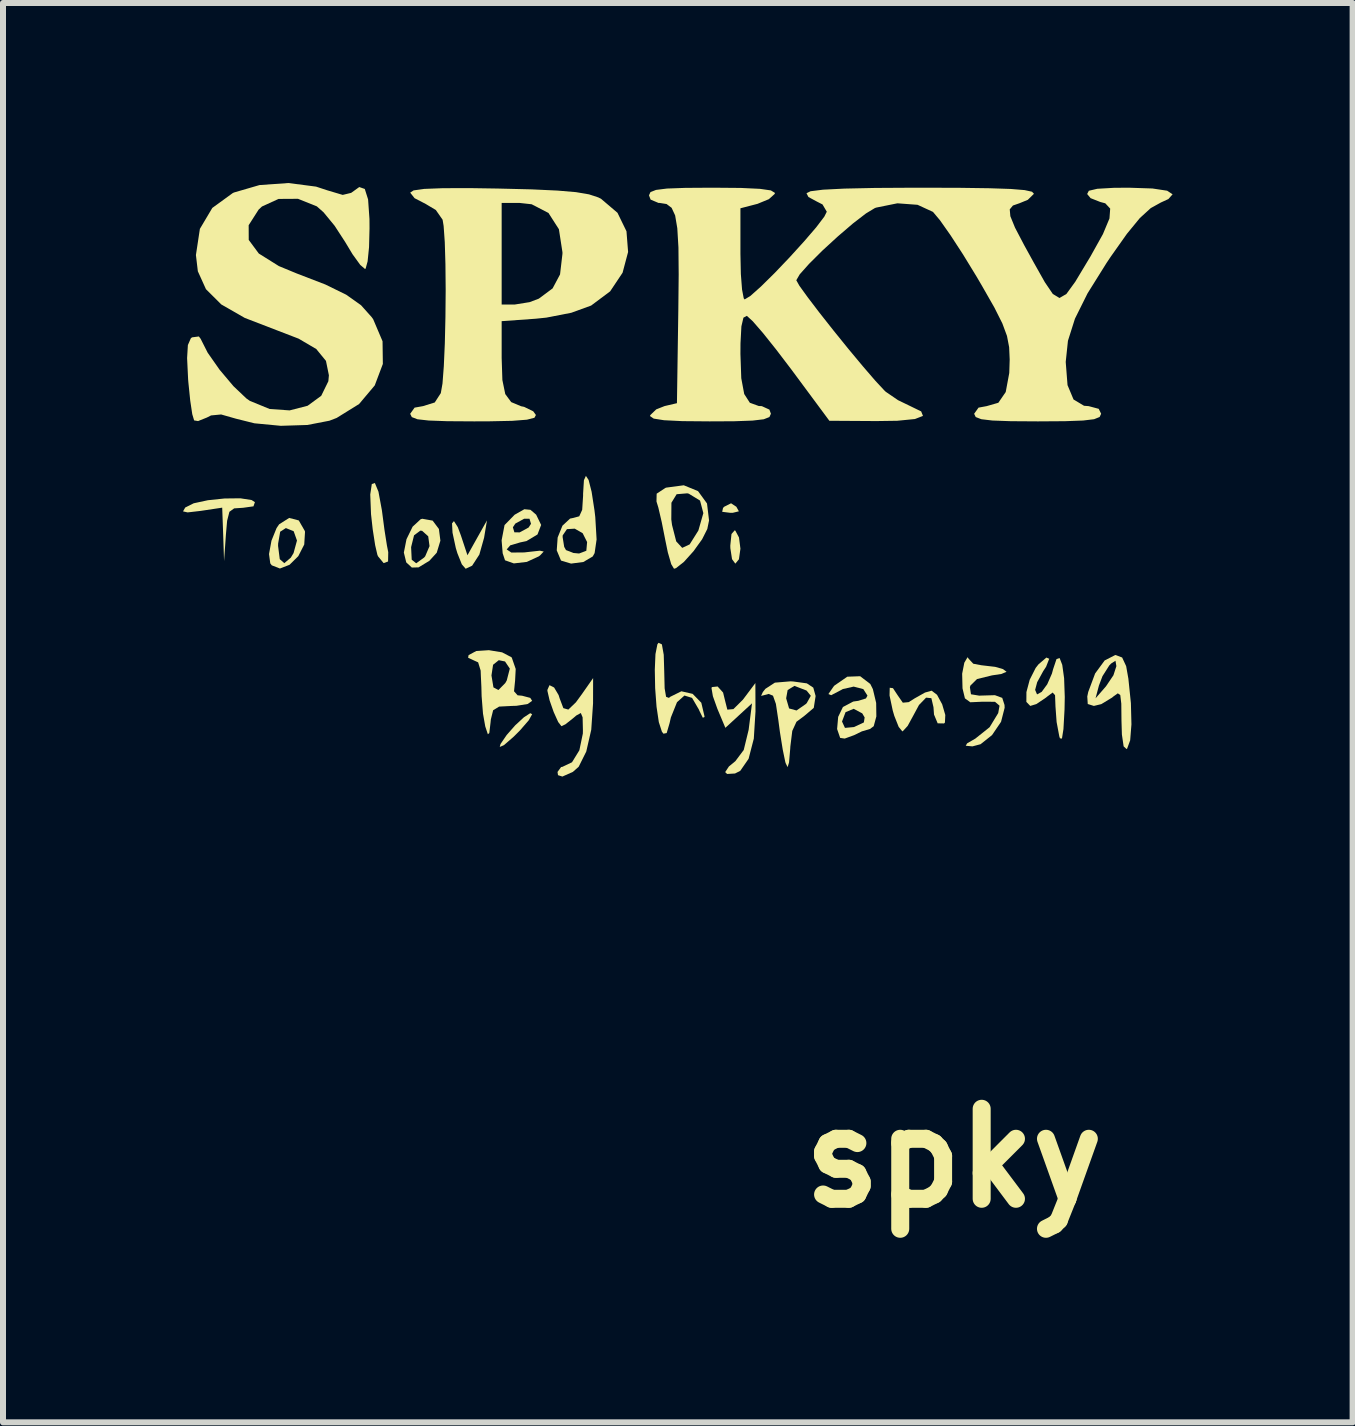
<source format=kicad_pcb>
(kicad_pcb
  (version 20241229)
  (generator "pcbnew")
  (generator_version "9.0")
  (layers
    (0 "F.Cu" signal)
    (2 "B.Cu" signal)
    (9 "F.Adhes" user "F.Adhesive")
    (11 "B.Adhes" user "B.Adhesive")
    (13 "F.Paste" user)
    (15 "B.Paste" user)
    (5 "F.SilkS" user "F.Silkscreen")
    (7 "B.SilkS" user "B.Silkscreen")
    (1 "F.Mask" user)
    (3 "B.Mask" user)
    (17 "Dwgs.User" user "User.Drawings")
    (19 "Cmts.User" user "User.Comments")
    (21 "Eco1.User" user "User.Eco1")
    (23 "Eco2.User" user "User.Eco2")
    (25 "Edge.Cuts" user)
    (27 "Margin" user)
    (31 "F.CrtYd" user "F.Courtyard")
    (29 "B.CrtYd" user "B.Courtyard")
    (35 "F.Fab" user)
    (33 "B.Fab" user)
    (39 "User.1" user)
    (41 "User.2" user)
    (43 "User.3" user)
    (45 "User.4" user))
  (footprint "spky"
    (layer "F.Cu")
    (at 12.845 16.249)
    (property "Reference" "spky" (at 0 0 0) (layer "F.SilkS") (effects (font (size 1.5 1.5) (thickness 0.3))))
    (attr board_only exclude_from_pos_files exclude_from_bom)
    (fp_poly (pts (xy -3.624 -10.854) (xy -3.582 -10.778) (xy -3.685 -10.753) (xy -3.725 -10.753) (xy -3.86 -10.77) (xy -3.846 -10.834) (xy -3.827 -10.854) (xy -3.712 -10.912)) (stroke (width 0) (type solid)) (fill yes) (layer "F.SilkS"))
    (fp_poly (pts (xy -3.641 -10.456) (xy -3.58 -10.342) (xy -3.556 -10.155) (xy -3.581 -9.979) (xy -3.641 -9.906) (xy -3.696 -9.981) (xy -3.724 -10.164) (xy -3.725 -10.207) (xy -3.705 -10.4) (xy -3.652 -10.461)) (stroke (width 0) (type solid)) (fill yes) (layer "F.SilkS"))
    (fp_poly (pts (xy -7.027 -7.397) (xy -7.084 -7.295) (xy -7.229 -7.128) (xy -7.334 -7.023) (xy -7.498 -6.881) (xy -7.567 -6.851) (xy -7.554 -6.9) (xy -7.451 -7.051) (xy -7.309 -7.212) (xy -7.165 -7.345) (xy -7.059 -7.414)) (stroke (width 0) (type solid)) (fill yes) (layer "F.SilkS"))
    (fp_poly (pts (xy -7.828 -10.337) (xy -7.907 -10.057) (xy -8.027 -9.872) (xy -8.135 -9.821) (xy -8.199 -9.895) (xy -8.273 -10.08) (xy -8.299 -10.166) (xy -8.354 -10.422) (xy -8.362 -10.578) (xy -8.33 -10.615) (xy -8.266 -10.514) (xy -8.215 -10.378) (xy -8.105 -10.046) (xy -7.943 -10.336) (xy -7.78 -10.626)) (stroke (width 0) (type solid)) (fill yes) (layer "F.SilkS"))
    (fp_poly (pts (xy -9.588 -11.105) (xy -9.531 -10.796) (xy -9.528 -10.774) (xy -9.488 -10.47) (xy -9.447 -10.209) (xy -9.425 -10.097) (xy -9.428 -9.942) (xy -9.502 -9.915) (xy -9.595 -10.028) (xy -9.606 -10.053) (xy -9.643 -10.213) (xy -9.684 -10.478) (xy -9.712 -10.73) (xy -9.725 -11.059) (xy -9.699 -11.233) (xy -9.648 -11.25)) (stroke (width 0) (type solid)) (fill yes) (layer "F.SilkS"))
    (fp_poly (pts (xy -11.702 -10.966) (xy -11.647 -10.931) (xy -11.671 -10.861) (xy -11.844 -10.837) (xy -11.993 -10.827) (xy -12.072 -10.77) (xy -12.11 -10.621) (xy -12.13 -10.393) (xy -12.161 -9.948) (xy -12.176 -10.394) (xy -12.192 -10.839) (xy -12.552 -10.785) (xy -12.768 -10.76) (xy -12.845 -10.777) (xy -12.808 -10.842) (xy -12.807 -10.842) (xy -12.667 -10.912) (xy -12.43 -10.963) (xy -12.152 -10.992) (xy -11.89 -10.995)) (stroke (width 0) (type solid)) (fill yes) (layer "F.SilkS"))
    (fp_poly (pts (xy -8.685 -10.623) (xy -8.581 -10.484) (xy -8.556 -10.289) (xy -8.617 -10.088) (xy -8.74 -9.953) (xy -8.92 -9.844) (xy -9.032 -9.841) (xy -9.125 -9.927) (xy -9.165 -10.091) (xy -9.147 -10.181) (xy -9.044 -10.181) (xy -9.034 -9.972) (xy -8.959 -9.912) (xy -8.827 -10.008) (xy -8.809 -10.029) (xy -8.737 -10.198) (xy -8.759 -10.362) (xy -8.861 -10.453) (xy -8.891 -10.456) (xy -8.995 -10.378) (xy -9.044 -10.181) (xy -9.147 -10.181) (xy -9.121 -10.313) (xy -9.019 -10.522) (xy -8.885 -10.646) (xy -8.858 -10.654)) (stroke (width 0) (type solid)) (fill yes) (layer "F.SilkS"))
    (fp_poly (pts (xy -10.916 -10.626) (xy -10.815 -10.45) (xy -10.812 -10.435) (xy -10.825 -10.225) (xy -10.924 -10.031) (xy -11.07 -9.887) (xy -11.23 -9.825) (xy -11.366 -9.878) (xy -11.391 -9.911) (xy -11.412 -10.066) (xy -11.387 -10.202) (xy -11.261 -10.202) (xy -11.233 -9.981) (xy -11.157 -9.914) (xy -11.049 -10.006) (xy -11.003 -10.082) (xy -10.946 -10.291) (xy -11.001 -10.446) (xy -11.131 -10.499) (xy -11.226 -10.438) (xy -11.26 -10.241) (xy -11.261 -10.202) (xy -11.387 -10.202) (xy -11.371 -10.289) (xy -11.286 -10.499) (xy -11.243 -10.562) (xy -11.076 -10.668)) (stroke (width 0) (type solid)) (fill yes) (layer "F.SilkS"))
    (fp_poly (pts (xy -3.305 -7.442) (xy -3.333 -6.99) (xy -3.42 -6.654) (xy -3.559 -6.453) (xy -3.646 -6.409) (xy -3.778 -6.401) (xy -3.81 -6.432) (xy -3.748 -6.526) (xy -3.64 -6.615) (xy -3.501 -6.801) (xy -3.419 -7.138) (xy -3.417 -7.154) (xy -3.363 -7.578) (xy -3.585 -7.374) (xy -3.807 -7.17) (xy -3.941 -7.489) (xy -4.015 -7.697) (xy -4.038 -7.831) (xy -4.032 -7.849) (xy -3.936 -7.859) (xy -3.845 -7.758) (xy -3.81 -7.615) (xy -3.774 -7.473) (xy -3.673 -7.482) (xy -3.515 -7.639) (xy -3.481 -7.684) (xy -3.307 -7.916)) (stroke (width 0) (type solid)) (fill yes) (layer "F.SilkS"))
    (fp_poly (pts (xy -1.014 -7.831) (xy -0.934 -7.71) (xy -0.85 -7.589) (xy -0.752 -7.598) (xy -0.654 -7.66) (xy -0.48 -7.758) (xy -0.37 -7.789) (xy -0.28 -7.721) (xy -0.194 -7.562) (xy -0.142 -7.384) (xy -0.148 -7.258) (xy -0.163 -7.243) (xy -0.269 -7.245) (xy -0.33 -7.391) (xy -0.339 -7.514) (xy -0.374 -7.664) (xy -0.462 -7.673) (xy -0.58 -7.551) (xy -0.671 -7.382) (xy -0.769 -7.202) (xy -0.85 -7.114) (xy -0.859 -7.112) (xy -0.919 -7.186) (xy -0.992 -7.37) (xy -1.018 -7.459) (xy -1.071 -7.709) (xy -1.068 -7.838)) (stroke (width 0) (type solid)) (fill yes) (layer "F.SilkS"))
    (fp_poly (pts (xy -4.865 -8.561) (xy -4.834 -8.387) (xy -4.826 -8.116) (xy -4.819 -7.828) (xy -4.795 -7.687) (xy -4.748 -7.669) (xy -4.724 -7.688) (xy -4.54 -7.779) (xy -4.352 -7.736) (xy -4.208 -7.588) (xy -4.155 -7.363) (xy -4.155 -7.35) (xy -4.183 -7.338) (xy -4.242 -7.458) (xy -4.247 -7.472) (xy -4.362 -7.669) (xy -4.489 -7.708) (xy -4.613 -7.597) (xy -4.715 -7.343) (xy -4.737 -7.247) (xy -4.785 -7.083) (xy -4.839 -7.072) (xy -4.865 -7.107) (xy -4.916 -7.265) (xy -4.954 -7.522) (xy -4.977 -7.83) (xy -4.983 -8.138) (xy -4.972 -8.398) (xy -4.94 -8.561) (xy -4.921 -8.587)) (stroke (width 0) (type solid)) (fill yes) (layer "F.SilkS"))
    (fp_poly (pts (xy -6.012 -7.576) (xy -6.042 -7.138) (xy -6.125 -6.775) (xy -6.251 -6.522) (xy -6.348 -6.436) (xy -6.523 -6.358) (xy -6.596 -6.381) (xy -6.604 -6.435) (xy -6.544 -6.517) (xy -6.525 -6.519) (xy -6.363 -6.596) (xy -6.24 -6.796) (xy -6.182 -7.075) (xy -6.181 -7.131) (xy -6.186 -7.345) (xy -6.216 -7.417) (xy -6.292 -7.375) (xy -6.336 -7.337) (xy -6.472 -7.229) (xy -6.539 -7.197) (xy -6.593 -7.267) (xy -6.668 -7.433) (xy -6.736 -7.627) (xy -6.772 -7.783) (xy -6.773 -7.802) (xy -6.738 -7.881) (xy -6.661 -7.842) (xy -6.586 -7.716) (xy -6.569 -7.662) (xy -6.507 -7.498) (xy -6.424 -7.474) (xy -6.298 -7.595) (xy -6.202 -7.726) (xy -6.011 -7.999)) (stroke (width 0) (type solid)) (fill yes) (layer "F.SilkS"))
    (fp_poly (pts (xy 1.59 -8.321) (xy 1.538 -8.188) (xy 1.49 -8.115) (xy 1.389 -7.93) (xy 1.355 -7.802) (xy 1.387 -7.727) (xy 1.464 -7.769) (xy 1.557 -7.896) (xy 1.635 -8.074) (xy 1.655 -8.148) (xy 1.711 -8.315) (xy 1.763 -8.333) (xy 1.807 -8.22) (xy 1.838 -7.997) (xy 1.849 -7.682) (xy 1.845 -7.473) (xy 1.827 -7.149) (xy 1.802 -6.991) (xy 1.769 -6.995) (xy 1.758 -7.027) (xy 1.713 -7.267) (xy 1.694 -7.527) (xy 1.687 -7.714) (xy 1.647 -7.758) (xy 1.549 -7.685) (xy 1.538 -7.675) (xy 1.376 -7.566) (xy 1.274 -7.535) (xy 1.209 -7.602) (xy 1.21 -7.766) (xy 1.265 -7.972) (xy 1.364 -8.168) (xy 1.412 -8.229) (xy 1.543 -8.341)) (stroke (width 0) (type solid)) (fill yes) (layer "F.SilkS"))
    (fp_poly (pts (xy -7.055 -10.803) (xy -6.96 -10.722) (xy -6.877 -10.551) (xy -6.938 -10.392) (xy -7.122 -10.282) (xy -7.226 -10.26) (xy -7.392 -10.211) (xy -7.451 -10.143) (xy -7.374 -10.091) (xy -7.158 -10.093) (xy -7.106 -10.099) (xy -6.898 -10.122) (xy -6.834 -10.108) (xy -6.891 -10.047) (xy -6.915 -10.028) (xy -7.116 -9.935) (xy -7.332 -9.91) (xy -7.479 -9.962) (xy -7.518 -10.079) (xy -7.535 -10.284) (xy -7.535 -10.299) (xy -7.494 -10.512) (xy -7.348 -10.512) (xy -7.323 -10.428) (xy -7.235 -10.427) (xy -7.086 -10.508) (xy -7.046 -10.57) (xy -7.071 -10.654) (xy -7.159 -10.655) (xy -7.307 -10.574) (xy -7.348 -10.512) (xy -7.494 -10.512) (xy -7.487 -10.549) (xy -7.319 -10.721) (xy -7.157 -10.813)) (stroke (width 0) (type solid)) (fill yes) (layer "F.SilkS"))
    (fp_poly (pts (xy -4.263 -11.115) (xy -4.113 -10.909) (xy -4.079 -10.626) (xy -4.108 -10.484) (xy -4.194 -10.313) (xy -4.338 -10.113) (xy -4.498 -9.935) (xy -4.63 -9.831) (xy -4.663 -9.821) (xy -4.709 -9.897) (xy -4.766 -10.094) (xy -4.81 -10.308) (xy -4.868 -10.601) (xy -4.878 -10.643) (xy -4.708 -10.643) (xy -4.696 -10.551) (xy -4.626 -10.277) (xy -4.526 -10.169) (xy -4.402 -10.227) (xy -4.26 -10.453) (xy -4.256 -10.461) (xy -4.174 -10.748) (xy -4.229 -10.957) (xy -4.417 -11.072) (xy -4.442 -11.078) (xy -4.619 -11.063) (xy -4.706 -10.921) (xy -4.708 -10.643) (xy -4.878 -10.643) (xy -4.924 -10.841) (xy -4.955 -10.942) (xy -4.952 -11.072) (xy -4.806 -11.168) (xy -4.792 -11.173) (xy -4.5 -11.212)) (stroke (width 0) (type solid)) (fill yes) (layer "F.SilkS"))
    (fp_poly (pts (xy -6.086 -11.3) (xy -6.036 -11.104) (xy -5.988 -10.793) (xy -5.975 -10.683) (xy -5.953 -10.309) (xy -5.986 -10.082) (xy -6.017 -10.026) (xy -6.173 -9.934) (xy -6.378 -9.907) (xy -6.54 -9.955) (xy -6.548 -9.962) (xy -6.617 -10.127) (xy -6.602 -10.34) (xy -6.599 -10.349) (xy -6.519 -10.349) (xy -6.493 -10.186) (xy -6.463 -10.132) (xy -6.339 -10.084) (xy -6.245 -10.075) (xy -6.124 -10.121) (xy -6.111 -10.266) (xy -6.185 -10.413) (xy -6.317 -10.489) (xy -6.447 -10.481) (xy -6.518 -10.377) (xy -6.519 -10.349) (xy -6.599 -10.349) (xy -6.522 -10.539) (xy -6.395 -10.657) (xy -6.341 -10.668) (xy -6.242 -10.695) (xy -6.193 -10.803) (xy -6.178 -11.035) (xy -6.178 -11.07) (xy -6.164 -11.297) (xy -6.131 -11.369)) (stroke (width 0) (type solid)) (fill yes) (layer "F.SilkS"))
    (fp_poly (pts (xy 0.249 -8.319) (xy 0.325 -8.238) (xy 0.459 -8.213) (xy 0.69 -8.186) (xy 0.819 -8.149) (xy 0.879 -8.104) (xy 0.794 -8.068) (xy 0.636 -8.044) (xy 0.387 -7.983) (xy 0.276 -7.874) (xy 0.268 -7.846) (xy 0.286 -7.729) (xy 0.425 -7.706) (xy 0.437 -7.707) (xy 0.685 -7.714) (xy 0.807 -7.669) (xy 0.845 -7.551) (xy 0.847 -7.504) (xy 0.787 -7.27) (xy 0.637 -7.049) (xy 0.446 -6.897) (xy 0.311 -6.861) (xy 0.199 -6.871) (xy 0.221 -6.911) (xy 0.358 -6.99) (xy 0.597 -7.181) (xy 0.74 -7.416) (xy 0.762 -7.539) (xy 0.686 -7.604) (xy 0.473 -7.605) (xy 0.275 -7.596) (xy 0.185 -7.661) (xy 0.145 -7.828) (xy 0.139 -8.072) (xy 0.175 -8.255) (xy 0.229 -8.347)) (stroke (width 0) (type solid)) (fill yes) (layer "F.SilkS"))
    (fp_poly (pts (xy 2.805 -8.342) (xy 2.872 -8.198) (xy 2.909 -7.989) (xy 2.951 -7.582) (xy 2.96 -7.228) (xy 2.939 -6.962) (xy 2.888 -6.823) (xy 2.879 -6.816) (xy 2.83 -6.861) (xy 2.801 -7.058) (xy 2.794 -7.289) (xy 2.791 -7.573) (xy 2.774 -7.716) (xy 2.733 -7.745) (xy 2.656 -7.69) (xy 2.639 -7.675) (xy 2.458 -7.565) (xy 2.334 -7.535) (xy 2.232 -7.567) (xy 2.226 -7.662) (xy 2.362 -7.662) (xy 2.536 -7.862) (xy 2.66 -8.046) (xy 2.709 -8.198) (xy 2.694 -8.288) (xy 2.621 -8.241) (xy 2.591 -8.21) (xy 2.477 -8.03) (xy 2.418 -7.874) (xy 2.362 -7.662) (xy 2.226 -7.662) (xy 2.224 -7.692) (xy 2.24 -7.768) (xy 2.355 -8.076) (xy 2.514 -8.293) (xy 2.688 -8.382) (xy 2.7 -8.382)) (stroke (width 0) (type solid)) (fill yes) (layer "F.SilkS"))
    (fp_poly (pts (xy -2.674 -7.942) (xy -2.449 -7.911) (xy -2.342 -7.84) (xy -2.303 -7.7) (xy -2.334 -7.502) (xy -2.49 -7.37) (xy -2.622 -7.271) (xy -2.692 -7.119) (xy -2.724 -6.86) (xy -2.726 -6.825) (xy -2.746 -6.592) (xy -2.77 -6.515) (xy -2.803 -6.583) (xy -2.809 -6.604) (xy -2.851 -6.807) (xy -2.898 -7.1) (xy -2.924 -7.296) (xy -2.965 -7.569) (xy -2.998 -7.662) (xy -2.794 -7.662) (xy -2.745 -7.493) (xy -2.621 -7.459) (xy -2.462 -7.57) (xy -2.45 -7.584) (xy -2.383 -7.704) (xy -2.452 -7.789) (xy -2.461 -7.794) (xy -2.656 -7.869) (xy -2.769 -7.8) (xy -2.794 -7.662) (xy -2.998 -7.662) (xy -3.013 -7.705) (xy -3.084 -7.735) (xy -3.12 -7.725) (xy -3.212 -7.702) (xy -3.182 -7.767) (xy -3.14 -7.82) (xy -2.982 -7.923) (xy -2.72 -7.945)) (stroke (width 0) (type solid)) (fill yes) (layer "F.SilkS"))
    (fp_poly (pts (xy -1.392 -7.901) (xy -1.349 -7.815) (xy -1.294 -7.585) (xy -1.291 -7.36) (xy -1.335 -7.197) (xy -1.397 -7.151) (xy -1.532 -7.111) (xy -1.661 -7.048) (xy -1.818 -6.991) (xy -1.894 -7.002) (xy -1.945 -7.15) (xy -1.934 -7.275) (xy -1.863 -7.275) (xy -1.814 -7.169) (xy -1.663 -7.183) (xy -1.499 -7.26) (xy -1.486 -7.343) (xy -1.526 -7.411) (xy -1.669 -7.487) (xy -1.804 -7.431) (xy -1.863 -7.275) (xy -1.934 -7.275) (xy -1.927 -7.353) (xy -1.849 -7.515) (xy -1.846 -7.518) (xy -1.676 -7.608) (xy -1.592 -7.62) (xy -1.464 -7.66) (xy -1.439 -7.707) (xy -1.508 -7.815) (xy -1.669 -7.857) (xy -1.85 -7.816) (xy -1.873 -7.803) (xy -2.043 -7.714) (xy -2.09 -7.733) (xy -2.006 -7.855) (xy -1.99 -7.874) (xy -1.775 -8.022) (xy -1.561 -8.03)) (stroke (width 0) (type solid)) (fill yes) (layer "F.SilkS"))
    (fp_poly (pts (xy -7.528 -8.428) (xy -7.373 -8.347) (xy -7.366 -8.339) (xy -7.301 -8.151) (xy -7.311 -7.958) (xy -7.329 -7.779) (xy -7.269 -7.712) (xy -7.195 -7.705) (xy -7.058 -7.669) (xy -7.027 -7.62) (xy -7.102 -7.567) (xy -7.289 -7.537) (xy -7.361 -7.535) (xy -7.577 -7.524) (xy -7.677 -7.463) (xy -7.715 -7.311) (xy -7.72 -7.26) (xy -7.741 -7.083) (xy -7.765 -7.063) (xy -7.807 -7.189) (xy -7.809 -7.197) (xy -7.846 -7.406) (xy -7.869 -7.697) (xy -7.873 -7.853) (xy -7.882 -8.043) (xy -7.705 -8.043) (xy -7.672 -7.844) (xy -7.589 -7.8) (xy -7.474 -7.917) (xy -7.45 -7.96) (xy -7.399 -8.157) (xy -7.479 -8.276) (xy -7.583 -8.297) (xy -7.678 -8.221) (xy -7.705 -8.043) (xy -7.882 -8.043) (xy -7.885 -8.124) (xy -7.927 -8.261) (xy -8.006 -8.297) (xy -8.094 -8.338) (xy -8.086 -8.382) (xy -7.959 -8.45) (xy -7.748 -8.464)) (stroke (width 0) (type solid)) (fill yes) (layer "F.SilkS"))
    (fp_poly (pts (xy -7.599 -16.157) (xy -7.03 -16.143) (xy -6.604 -16.123) (xy -6.296 -16.097) (xy -6.079 -16.06) (xy -5.927 -16.01) (xy -5.88 -15.987) (xy -5.605 -15.753) (xy -5.455 -15.445) (xy -5.428 -15.1) (xy -5.52 -14.754) (xy -5.727 -14.444) (xy -6.044 -14.207) (xy -6.374 -14.087) (xy -6.79 -14.006) (xy -6.964 -13.988) (xy -7.535 -13.947) (xy -7.535 -13.334) (xy -7.523 -12.966) (xy -7.475 -12.732) (xy -7.376 -12.598) (xy -7.211 -12.529) (xy -7.161 -12.519) (xy -7.009 -12.445) (xy -6.964 -12.383) (xy -6.989 -12.337) (xy -7.114 -12.305) (xy -7.358 -12.286) (xy -7.741 -12.278) (xy -7.994 -12.277) (xy -8.444 -12.28) (xy -8.75 -12.291) (xy -8.938 -12.312) (xy -9.032 -12.348) (xy -9.059 -12.401) (xy -9.059 -12.404) (xy -8.986 -12.506) (xy -8.846 -12.531) (xy -8.65 -12.592) (xy -8.549 -12.748) (xy -8.521 -12.907) (xy -8.499 -13.196) (xy -8.482 -13.579) (xy -8.472 -14.015) (xy -8.468 -14.467) (xy -8.472 -14.896) (xy -8.483 -15.264) (xy -8.502 -15.533) (xy -8.519 -15.637) (xy -8.632 -15.799) (xy -8.814 -15.908) (xy -8.833 -15.917) (xy -7.535 -15.917) (xy -7.535 -15.071) (xy -7.535 -14.224) (xy -7.318 -14.224) (xy -7.069 -14.264) (xy -6.916 -14.322) (xy -6.686 -14.493) (xy -6.562 -14.726) (xy -6.522 -15.069) (xy -6.522 -15.096) (xy -6.581 -15.479) (xy -6.755 -15.75) (xy -7.035 -15.895) (xy -7.235 -15.917) (xy -7.535 -15.917) (xy -8.833 -15.917) (xy -8.986 -15.996) (xy -9.059 -16.088) (xy -9.059 -16.089) (xy -9.003 -16.126) (xy -8.825 -16.151) (xy -8.513 -16.163) (xy -8.054 -16.164)) (stroke (width 0) (type solid)) (fill yes) (layer "F.SilkS"))
    (fp_poly (pts (xy -10.628 -16.189) (xy -10.439 -16.127) (xy -10.184 -16.051) (xy -10.043 -16.085) (xy -9.908 -16.182) (xy -9.816 -16.15) (xy -9.761 -15.976) (xy -9.738 -15.649) (xy -9.737 -15.494) (xy -9.745 -15.179) (xy -9.769 -14.943) (xy -9.802 -14.823) (xy -9.813 -14.817) (xy -9.892 -14.885) (xy -10.02 -15.062) (xy -10.144 -15.268) (xy -10.319 -15.537) (xy -10.503 -15.761) (xy -10.615 -15.86) (xy -10.929 -15.986) (xy -11.253 -15.984) (xy -11.529 -15.858) (xy -11.585 -15.806) (xy -11.751 -15.546) (xy -11.75 -15.301) (xy -11.582 -15.074) (xy -11.248 -14.865) (xy -10.953 -14.743) (xy -10.473 -14.558) (xy -10.126 -14.388) (xy -9.879 -14.213) (xy -9.701 -14.014) (xy -9.676 -13.979) (xy -9.52 -13.612) (xy -9.515 -13.234) (xy -9.65 -12.876) (xy -9.911 -12.566) (xy -10.285 -12.334) (xy -10.405 -12.288) (xy -10.772 -12.217) (xy -11.216 -12.203) (xy -11.656 -12.245) (xy -11.964 -12.322) (xy -12.21 -12.392) (xy -12.378 -12.376) (xy -12.447 -12.341) (xy -12.594 -12.282) (xy -12.66 -12.293) (xy -12.691 -12.397) (xy -12.725 -12.624) (xy -12.756 -12.928) (xy -12.76 -12.976) (xy -12.777 -13.331) (xy -12.764 -13.549) (xy -12.715 -13.661) (xy -12.695 -13.677) (xy -12.581 -13.692) (xy -12.552 -13.654) (xy -12.434 -13.421) (xy -12.235 -13.137) (xy -12.004 -12.863) (xy -11.789 -12.659) (xy -11.732 -12.619) (xy -11.401 -12.483) (xy -11.068 -12.46) (xy -10.769 -12.537) (xy -10.542 -12.703) (xy -10.423 -12.946) (xy -10.414 -13.045) (xy -10.463 -13.285) (xy -10.625 -13.483) (xy -10.918 -13.655) (xy -11.271 -13.791) (xy -11.816 -14.001) (xy -12.208 -14.226) (xy -12.463 -14.48) (xy -12.598 -14.778) (xy -12.63 -15.049) (xy -12.564 -15.485) (xy -12.357 -15.834) (xy -12.017 -16.081) (xy -11.996 -16.091) (xy -11.57 -16.215) (xy -11.088 -16.249)) (stroke (width 0) (type solid)) (fill yes) (layer "F.SilkS"))
    (fp_poly (pts (xy 3.31 -16.158) (xy 3.555 -16.121) (xy 3.646 -16.061) (xy 3.576 -15.982) (xy 3.45 -15.924) (xy 3.282 -15.831) (xy 3.1 -15.665) (xy 2.885 -15.403) (xy 2.615 -15.021) (xy 2.546 -14.918) (xy 2.229 -14.411) (xy 2.019 -13.989) (xy 1.902 -13.62) (xy 1.865 -13.269) (xy 1.865 -13.266) (xy 1.895 -12.881) (xy 1.995 -12.642) (xy 2.17 -12.537) (xy 2.247 -12.531) (xy 2.415 -12.486) (xy 2.455 -12.404) (xy 2.43 -12.35) (xy 2.338 -12.313) (xy 2.154 -12.291) (xy 1.852 -12.28) (xy 1.406 -12.277) (xy 1.397 -12.277) (xy 0.949 -12.28) (xy 0.644 -12.291) (xy 0.458 -12.313) (xy 0.365 -12.349) (xy 0.339 -12.403) (xy 0.339 -12.404) (xy 0.412 -12.506) (xy 0.547 -12.531) (xy 0.742 -12.587) (xy 0.865 -12.766) (xy 0.924 -13.083) (xy 0.931 -13.308) (xy 0.922 -13.513) (xy 0.886 -13.701) (xy 0.809 -13.909) (xy 0.676 -14.174) (xy 0.471 -14.533) (xy 0.379 -14.69) (xy 0.154 -15.058) (xy -0.057 -15.382) (xy -0.231 -15.629) (xy -0.345 -15.765) (xy -0.35 -15.769) (xy -0.604 -15.886) (xy -0.94 -15.911) (xy -1.291 -15.84) (xy -1.315 -15.832) (xy -1.464 -15.742) (xy -1.682 -15.574) (xy -1.935 -15.357) (xy -2.19 -15.123) (xy -2.412 -14.902) (xy -2.568 -14.727) (xy -2.625 -14.629) (xy -2.574 -14.538) (xy -2.437 -14.348) (xy -2.239 -14.088) (xy -2.003 -13.789) (xy -1.753 -13.48) (xy -1.513 -13.192) (xy -1.307 -12.953) (xy -1.159 -12.794) (xy -1.133 -12.769) (xy -0.929 -12.63) (xy -0.741 -12.539) (xy -0.544 -12.443) (xy -0.514 -12.368) (xy -0.648 -12.316) (xy -0.942 -12.287) (xy -1.291 -12.282) (xy -2.074 -12.287) (xy -2.709 -13.144) (xy -2.959 -13.472) (xy -3.18 -13.749) (xy -3.35 -13.945) (xy -3.446 -14.033) (xy -3.45 -14.035) (xy -3.506 -14.005) (xy -3.54 -13.86) (xy -3.555 -13.576) (xy -3.556 -13.401) (xy -3.542 -12.996) (xy -3.493 -12.733) (xy -3.399 -12.587) (xy -3.25 -12.533) (xy -3.2 -12.531) (xy -3.073 -12.473) (xy -3.048 -12.404) (xy -3.073 -12.349) (xy -3.167 -12.312) (xy -3.354 -12.29) (xy -3.661 -12.279) (xy -4.071 -12.277) (xy -4.525 -12.281) (xy -4.829 -12.296) (xy -5.001 -12.323) (xy -5.061 -12.364) (xy -5.06 -12.38) (xy -4.959 -12.477) (xy -4.82 -12.532) (xy -4.614 -12.58) (xy -4.591 -14.132) (xy -4.585 -14.728) (xy -4.589 -15.175) (xy -4.608 -15.495) (xy -4.644 -15.709) (xy -4.703 -15.836) (xy -4.787 -15.899) (xy -4.901 -15.917) (xy -4.921 -15.917) (xy -5.053 -15.973) (xy -5.08 -16.044) (xy -5.055 -16.098) (xy -4.963 -16.134) (xy -4.78 -16.157) (xy -4.478 -16.168) (xy -4.034 -16.171) (xy -4.015 -16.171) (xy -3.547 -16.167) (xy -3.231 -16.152) (xy -3.049 -16.126) (xy -2.983 -16.086) (xy -2.983 -16.069) (xy -3.082 -15.98) (xy -3.274 -15.901) (xy -3.287 -15.898) (xy -3.556 -15.828) (xy -3.556 -15.068) (xy -3.549 -14.733) (xy -3.529 -14.474) (xy -3.501 -14.328) (xy -3.486 -14.309) (xy -3.389 -14.368) (xy -3.212 -14.526) (xy -2.985 -14.75) (xy -2.737 -15.01) (xy -2.497 -15.274) (xy -2.294 -15.51) (xy -2.158 -15.689) (xy -2.117 -15.771) (xy -2.188 -15.892) (xy -2.286 -15.942) (xy -2.423 -16.016) (xy -2.455 -16.079) (xy -2.388 -16.112) (xy -2.18 -16.138) (xy -1.824 -16.156) (xy -1.315 -16.167) (xy -0.644 -16.171) (xy -0.543 -16.171) (xy 0.103 -16.169) (xy 0.595 -16.162) (xy 0.949 -16.15) (xy 1.18 -16.131) (xy 1.303 -16.104) (xy 1.335 -16.07) (xy 1.334 -16.068) (xy 1.233 -15.969) (xy 1.094 -15.912) (xy 0.985 -15.874) (xy 0.932 -15.81) (xy 0.942 -15.696) (xy 1.02 -15.505) (xy 1.173 -15.213) (xy 1.334 -14.921) (xy 1.517 -14.596) (xy 1.65 -14.4) (xy 1.761 -14.333) (xy 1.876 -14.4) (xy 2.024 -14.604) (xy 2.23 -14.947) (xy 2.276 -15.023) (xy 2.485 -15.398) (xy 2.594 -15.659) (xy 2.606 -15.823) (xy 2.524 -15.911) (xy 2.441 -15.933) (xy 2.279 -15.997) (xy 2.222 -16.066) (xy 2.25 -16.12) (xy 2.391 -16.153) (xy 2.666 -16.169) (xy 2.914 -16.171)) (stroke (width 0) (type solid)) (fill yes) (layer "F.SilkS")))
  (gr_rect
    (start -3 -3)
    (end 19.491 20.653)
    (stroke (width 0.1) (type default))
    (fill no)
    (layer "Edge.Cuts")))
</source>
